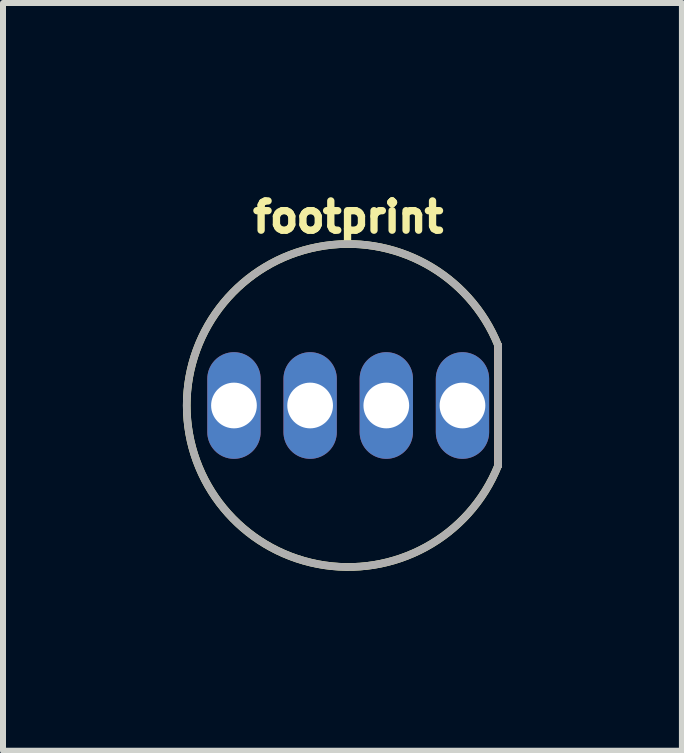
<source format=kicad_pcb>
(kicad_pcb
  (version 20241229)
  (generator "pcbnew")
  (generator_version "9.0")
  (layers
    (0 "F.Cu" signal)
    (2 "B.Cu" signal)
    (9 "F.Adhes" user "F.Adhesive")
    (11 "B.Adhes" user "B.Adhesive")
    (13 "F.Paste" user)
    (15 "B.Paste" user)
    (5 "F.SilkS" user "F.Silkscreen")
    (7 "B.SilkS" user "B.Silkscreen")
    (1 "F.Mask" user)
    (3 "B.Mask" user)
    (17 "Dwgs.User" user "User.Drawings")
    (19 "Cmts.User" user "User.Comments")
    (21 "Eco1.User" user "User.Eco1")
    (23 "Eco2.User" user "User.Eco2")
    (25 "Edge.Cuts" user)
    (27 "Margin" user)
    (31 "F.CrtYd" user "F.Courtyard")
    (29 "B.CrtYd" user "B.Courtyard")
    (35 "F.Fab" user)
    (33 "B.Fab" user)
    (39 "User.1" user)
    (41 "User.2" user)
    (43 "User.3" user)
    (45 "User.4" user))
  (footprint "footprint"
    (layer "F.Cu")
    (at 2.756 3.711)
    (property "Reference" "footprint" (at 0 -2.857 0) (layer "F.SilkS") (effects (font (size 0.488 0.488) (thickness 0.122)) (justify bottom)))
    (fp_line (start 2.5 1) (end 2.5 -1) (stroke (width 0.127) (type solid)) (layer "F.SilkS"))
    (fp_arc (start 2.5 1) (mid -2.692582 0) (end 2.5 -1) (stroke (width 0.127) (type solid)) (layer "F.SilkS"))
    (fp_line (start 2.5 1) (end 2.5 -1) (stroke (width 0.127) (type solid)) (layer "B.SilkS"))
    (fp_line (start 2.5 1) (end 2.5 -1) (stroke (width 0.127) (type solid)) (layer "F.Fab"))
    (fp_arc (start 2.5 1) (mid -2.692582 0) (end 2.5 -1) (stroke (width 0.127) (type solid)) (layer "F.Fab"))
    (pad "1" thru_hole oval (at 1.905 0 90) (size 1.778 0.889) (drill 0.762) (layers "*.Cu" "*.Mask"))
    (pad "2" thru_hole oval (at 0.635 0 90) (size 1.778 0.889) (drill 0.762) (layers "*.Cu" "*.Mask"))
    (pad "3" thru_hole oval (at -0.635 0 90) (size 1.778 0.889) (drill 0.762) (layers "*.Cu" "*.Mask"))
    (pad "4" thru_hole oval (at -1.905 0 90) (size 1.778 0.889) (drill 0.762) (layers "*.Cu" "*.Mask")))
  (gr_rect
    (start -3 -3)
    (end 8.32 9.467)
    (stroke (width 0.1) (type default))
    (fill no)
    (layer "Edge.Cuts")))
</source>
